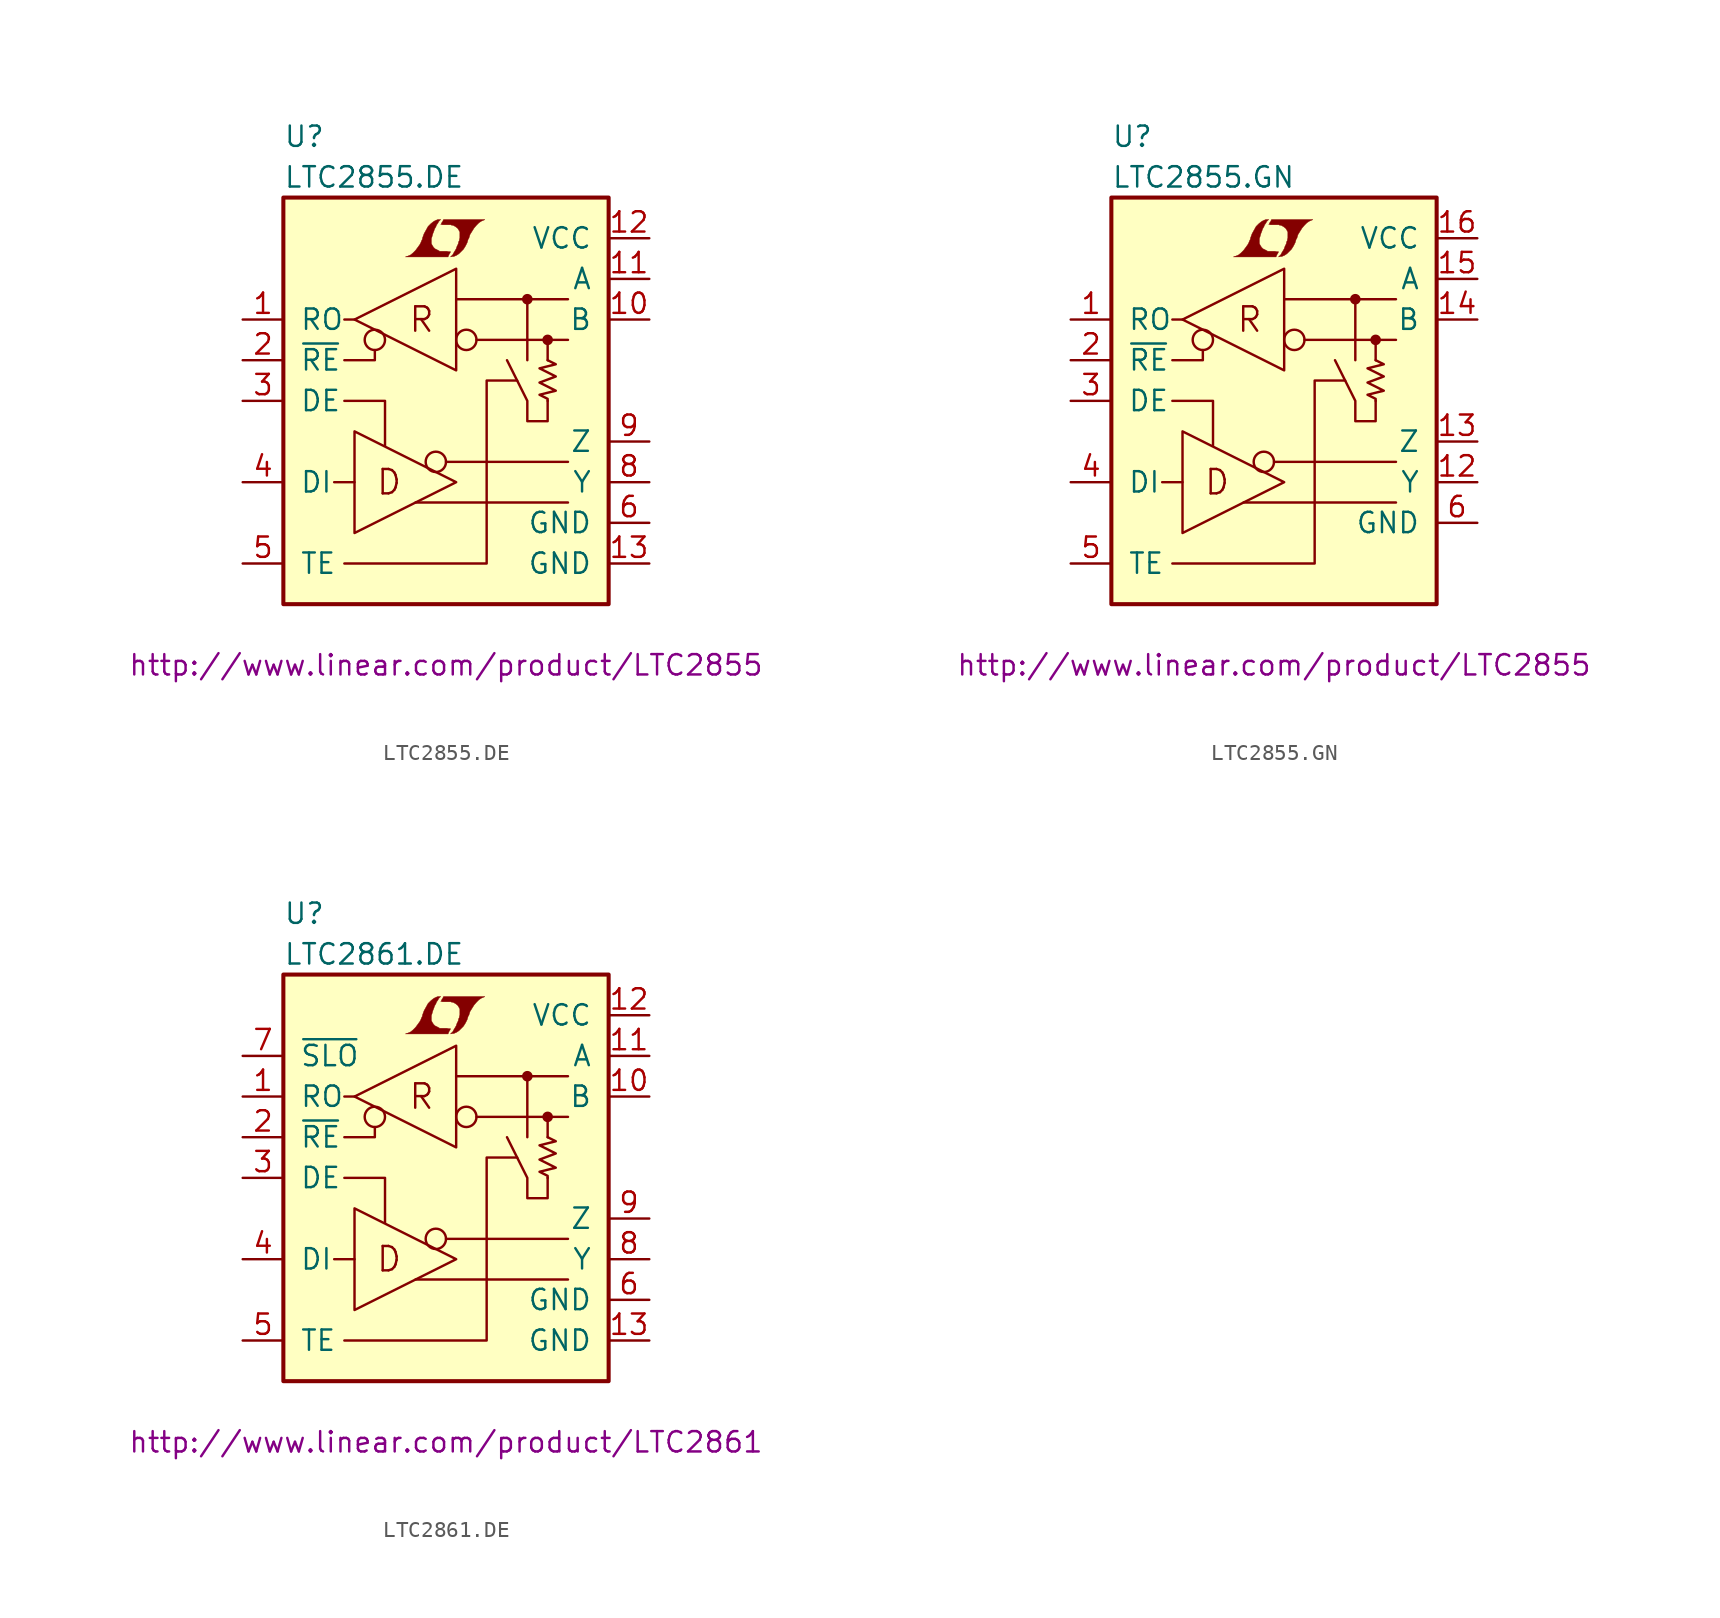
<source format=kicad_sym>
(kicad_symbol_lib
  (version 20201005)
  (generator kicad_symbol_editor)
  (symbol "LTC2855.DE"
    (pin_names
      (offset 1.016))
    (property "Reference" "U"
      (at -10.16 16.51 0)
      (effects (font (size 1.27 1.27)) (justify left)))
    (property "Value" "LTC2855.DE"
      (at -10.16 13.97 0)
      (effects (font (size 1.27 1.27)) (justify left)))
    (property "Datasheet" "http://www.linear.com/product/LTC2855"
      (at 0 -16.51 0)
      (effects (font (size 1.27 1.27))))
    (symbol "LTC2855.DE_0_0"
      (text "D" (at -3.556 -5.08 0) (effects (font (size 1.524 1.524))))
      (text "R" (at -1.524 5.08 0) (effects (font (size 1.524 1.524))))
      (polyline (pts (xy 0.203 9.169) (xy 0.229 9.195) (xy 0.279 9.296) (xy 0.279 9.322) (xy 0.152 9.322) (xy 0.051 9.347) (xy -0.406 9.347) (xy -0.432 9.373) (xy -0.686 9.5) (xy -0.787 9.601) (xy -0.864 9.728) (xy -0.914 9.83) (xy -0.914 10.135) (xy -0.864 10.287) (xy -0.838 10.389) (xy -0.813 10.465) (xy -0.762 10.592) (xy -0.711 10.744) (xy -0.635 10.871) (xy -0.584 10.998) (xy -0.508 11.1) (xy -0.457 11.201) (xy -0.33 11.328) (xy -0.508 11.328) (xy -0.635 11.278) (xy -0.737 11.227) (xy -0.813 11.176) (xy -0.94 11.074) (xy -1.118 10.897) (xy -1.372 10.439) (xy -1.473 10.16) (xy -1.473 10.109) (xy -1.524 10.008) (xy -1.575 9.881) (xy -1.626 9.779) (xy -1.753 9.601) (xy -1.905 9.398) (xy -2.057 9.246) (xy -2.21 9.119) (xy -2.388 9.042) (xy -2.54 8.992) (xy 0.127 8.992) (xy 0.203 9.169)) (stroke (width 0.025)) (fill (type outline)))
      (polyline (pts (xy 0.406 9.017) (xy 0.483 9.017) (xy 0.66 9.093) (xy 0.813 9.195) (xy 1.092 9.474) (xy 1.219 9.677) (xy 1.321 9.881) (xy 1.397 10.135) (xy 1.422 10.135) (xy 1.499 10.389) (xy 1.753 10.795) (xy 1.905 10.973) (xy 2.057 11.125) (xy 2.21 11.227) (xy 2.388 11.303) (xy 2.413 11.303) (xy 2.413 11.328) (xy -0.152 11.328) (xy -0.229 11.176) (xy -0.254 11.151) (xy -0.305 11.049) (xy -0.33 11.024) (xy -0.279 11.024) (xy -0.229 10.998) (xy 0.305 10.998) (xy 0.356 10.973) (xy 0.406 10.973) (xy 0.483 10.947) (xy 0.61 10.871) (xy 0.737 10.77) (xy 0.813 10.643) (xy 0.838 10.592) (xy 0.864 10.566) (xy 0.864 10.16) (xy 0.838 10.109) (xy 0.838 10.033) (xy 0.787 9.931) (xy 0.762 9.804) (xy 0.686 9.652) (xy 0.635 9.5) (xy 0.483 9.246) (xy 0.432 9.144) (xy 0.279 8.992) (xy 0.406 9.017)) (stroke (width 0.025)) (fill (type outline))))
    (symbol "LTC2855.DE_0_1"
      (circle (center -4.445 3.81) (radius 0.635) (stroke (width 0)) (fill (type none)))
      (circle (center -0.635 -3.81) (radius 0.635) (stroke (width 0)) (fill (type none)))
      (circle (center 1.27 3.81) (radius 0.635) (stroke (width 0)) (fill (type none)))
      (circle (center 5.08 6.35) (radius 0.254) (stroke (width 0)) (fill (type outline)))
      (circle (center 6.35 3.81) (radius 0.254) (stroke (width 0)) (fill (type outline)))
      (rectangle (start -10.16 12.7) (end 10.16 -12.7) (stroke (width 0.254)) (fill (type background)))
      (polyline (pts (xy -5.715 5.08) (xy -6.35 5.08)) (stroke (width 0)) (fill (type none)))
      (polyline (pts (xy 0 -3.81) (xy 7.62 -3.81)) (stroke (width 0)) (fill (type none)))
      (polyline (pts (xy 0.635 6.35) (xy 7.62 6.35)) (stroke (width 0)) (fill (type none)))
      (polyline (pts (xy 1.905 3.81) (xy 7.62 3.81)) (stroke (width 0)) (fill (type none)))
      (polyline (pts (xy 5.08 6.35) (xy 5.08 2.54)) (stroke (width 0)) (fill (type none)))
      (polyline (pts (xy 6.35 2.54) (xy 6.35 3.81)) (stroke (width 0)) (fill (type none)))
      (polyline (pts (xy 7.62 -6.35) (xy -1.905 -6.35)) (stroke (width 0)) (fill (type none)))
      (polyline (pts (xy -6.35 0) (xy -3.81 0) (xy -3.81 -2.794)) (stroke (width 0)) (fill (type none)))
      (polyline (pts (xy -5.715 -5.08) (xy -6.35 -5.08) (xy -6.985 -5.08)) (stroke (width 0)) (fill (type none)))
      (polyline (pts (xy -4.445 3.175) (xy -4.445 2.54) (xy -6.35 2.54)) (stroke (width 0)) (fill (type none)))
      (polyline (pts (xy -5.715 -1.905) (xy -5.715 -8.255) (xy 0.635 -5.08) (xy -5.715 -1.905)) (stroke (width 0)) (fill (type none)))
      (polyline (pts (xy -5.715 5.08) (xy 0.635 1.905) (xy 0.635 8.255) (xy -5.715 5.08)) (stroke (width 0)) (fill (type none)))
      (polyline (pts (xy 4.445 1.27) (xy 2.54 1.27) (xy 2.54 -10.16) (xy -6.35 -10.16)) (stroke (width 0)) (fill (type none)))
      (polyline (pts (xy 6.35 0) (xy 6.35 -1.27) (xy 5.08 -1.27) (xy 5.08 0) (xy 3.81 2.54)) (stroke (width 0)) (fill (type none)))
      (polyline (pts (xy 6.35 2.54) (xy 6.858 2.286) (xy 5.842 2.032) (xy 6.858 1.524) (xy 5.842 1.143) (xy 6.858 0.635) (xy 5.842 0.381) (xy 6.35 0.127) (xy 6.35 0)) (stroke (width 0)) (fill (type none))))
    (symbol "LTC2855.DE_1_1"
      (pin tri_state line (at -12.7 5.08 0) (length 2.54) (name "RO" (effects (font (size 1.27 1.27)))) (number "1" (effects (font (size 1.27 1.27)))))
      (pin passive line (at 12.7 5.08 180) (length 2.54) (name "B" (effects (font (size 1.27 1.27)))) (number "10" (effects (font (size 1.27 1.27)))))
      (pin passive line (at 12.7 7.62 180) (length 2.54) (name "A" (effects (font (size 1.27 1.27)))) (number "11" (effects (font (size 1.27 1.27)))))
      (pin power_in line (at 12.7 10.16 180) (length 2.54) (name "VCC" (effects (font (size 1.27 1.27)))) (number "12" (effects (font (size 1.27 1.27)))))
      (pin power_in line (at 12.7 -10.16 180) (length 2.54) (name "GND" (effects (font (size 1.27 1.27)))) (number "13" (effects (font (size 1.27 1.27)))))
      (pin input line (at -12.7 2.54 0) (length 2.54) (name "~RE~" (effects (font (size 1.27 1.27)))) (number "2" (effects (font (size 1.27 1.27)))))
      (pin input line (at -12.7 0 0) (length 2.54) (name "DE" (effects (font (size 1.27 1.27)))) (number "3" (effects (font (size 1.27 1.27)))))
      (pin passive line (at -12.7 -5.08 0) (length 2.54) (name "DI" (effects (font (size 1.27 1.27)))) (number "4" (effects (font (size 1.27 1.27)))))
      (pin input line (at -12.7 -10.16 0) (length 2.54) (name "TE" (effects (font (size 1.27 1.27)))) (number "5" (effects (font (size 1.27 1.27)))))
      (pin power_in line (at 12.7 -7.62 180) (length 2.54) (name "GND" (effects (font (size 1.27 1.27)))) (number "6" (effects (font (size 1.27 1.27)))))
      (pin unconnected line (at -12.7 7.62 0) (length 2.54) hide (name "NC" (effects (font (size 1.27 1.27)))) (number "7" (effects (font (size 1.27 1.27)))))
      (pin passive line (at 12.7 -5.08 180) (length 2.54) (name "Y" (effects (font (size 1.27 1.27)))) (number "8" (effects (font (size 1.27 1.27)))))
      (pin passive line (at 12.7 -2.54 180) (length 2.54) (name "Z" (effects (font (size 1.27 1.27)))) (number "9" (effects (font (size 1.27 1.27)))))))
  (symbol "LTC2855.GN"
    (pin_names
      (offset 1.016))
    (property "Reference" "U"
      (at -10.16 16.51 0)
      (effects (font (size 1.27 1.27)) (justify left)))
    (property "Value" "LTC2855.GN"
      (at -10.16 13.97 0)
      (effects (font (size 1.27 1.27)) (justify left)))
    (property "Datasheet" "http://www.linear.com/product/LTC2855"
      (at 0 -16.51 0)
      (effects (font (size 1.27 1.27))))
    (symbol "LTC2855.GN_0_0"
      (text "D" (at -3.556 -5.08 0) (effects (font (size 1.524 1.524))))
      (text "R" (at -1.524 5.08 0) (effects (font (size 1.524 1.524))))
      (polyline (pts (xy 0.203 9.169) (xy 0.229 9.195) (xy 0.279 9.296) (xy 0.279 9.322) (xy 0.152 9.322) (xy 0.051 9.347) (xy -0.406 9.347) (xy -0.432 9.373) (xy -0.686 9.5) (xy -0.787 9.601) (xy -0.864 9.728) (xy -0.914 9.83) (xy -0.914 10.135) (xy -0.864 10.287) (xy -0.838 10.389) (xy -0.813 10.465) (xy -0.762 10.592) (xy -0.711 10.744) (xy -0.635 10.871) (xy -0.584 10.998) (xy -0.508 11.1) (xy -0.457 11.201) (xy -0.33 11.328) (xy -0.508 11.328) (xy -0.635 11.278) (xy -0.737 11.227) (xy -0.813 11.176) (xy -0.94 11.074) (xy -1.118 10.897) (xy -1.372 10.439) (xy -1.473 10.16) (xy -1.473 10.109) (xy -1.524 10.008) (xy -1.575 9.881) (xy -1.626 9.779) (xy -1.753 9.601) (xy -1.905 9.398) (xy -2.057 9.246) (xy -2.21 9.119) (xy -2.388 9.042) (xy -2.54 8.992) (xy 0.127 8.992) (xy 0.203 9.169)) (stroke (width 0.025)) (fill (type outline)))
      (polyline (pts (xy 0.406 9.017) (xy 0.483 9.017) (xy 0.66 9.093) (xy 0.813 9.195) (xy 1.092 9.474) (xy 1.219 9.677) (xy 1.321 9.881) (xy 1.397 10.135) (xy 1.422 10.135) (xy 1.499 10.389) (xy 1.753 10.795) (xy 1.905 10.973) (xy 2.057 11.125) (xy 2.21 11.227) (xy 2.388 11.303) (xy 2.413 11.303) (xy 2.413 11.328) (xy -0.152 11.328) (xy -0.229 11.176) (xy -0.254 11.151) (xy -0.305 11.049) (xy -0.33 11.024) (xy -0.279 11.024) (xy -0.229 10.998) (xy 0.305 10.998) (xy 0.356 10.973) (xy 0.406 10.973) (xy 0.483 10.947) (xy 0.61 10.871) (xy 0.737 10.77) (xy 0.813 10.643) (xy 0.838 10.592) (xy 0.864 10.566) (xy 0.864 10.16) (xy 0.838 10.109) (xy 0.838 10.033) (xy 0.787 9.931) (xy 0.762 9.804) (xy 0.686 9.652) (xy 0.635 9.5) (xy 0.483 9.246) (xy 0.432 9.144) (xy 0.279 8.992) (xy 0.406 9.017)) (stroke (width 0.025)) (fill (type outline))))
    (symbol "LTC2855.GN_0_1"
      (circle (center -4.445 3.81) (radius 0.635) (stroke (width 0)) (fill (type none)))
      (circle (center -0.635 -3.81) (radius 0.635) (stroke (width 0)) (fill (type none)))
      (circle (center 1.27 3.81) (radius 0.635) (stroke (width 0)) (fill (type none)))
      (circle (center 5.08 6.35) (radius 0.254) (stroke (width 0)) (fill (type outline)))
      (circle (center 6.35 3.81) (radius 0.254) (stroke (width 0)) (fill (type outline)))
      (rectangle (start -10.16 12.7) (end 10.16 -12.7) (stroke (width 0.254)) (fill (type background)))
      (polyline (pts (xy -5.715 5.08) (xy -6.35 5.08)) (stroke (width 0)) (fill (type none)))
      (polyline (pts (xy 0 -3.81) (xy 7.62 -3.81)) (stroke (width 0)) (fill (type none)))
      (polyline (pts (xy 0.635 6.35) (xy 7.62 6.35)) (stroke (width 0)) (fill (type none)))
      (polyline (pts (xy 1.905 3.81) (xy 7.62 3.81)) (stroke (width 0)) (fill (type none)))
      (polyline (pts (xy 5.08 6.35) (xy 5.08 2.54)) (stroke (width 0)) (fill (type none)))
      (polyline (pts (xy 6.35 2.54) (xy 6.35 3.81)) (stroke (width 0)) (fill (type none)))
      (polyline (pts (xy 7.62 -6.35) (xy -1.905 -6.35)) (stroke (width 0)) (fill (type none)))
      (polyline (pts (xy -6.35 0) (xy -3.81 0) (xy -3.81 -2.794)) (stroke (width 0)) (fill (type none)))
      (polyline (pts (xy -5.715 -5.08) (xy -6.35 -5.08) (xy -6.985 -5.08)) (stroke (width 0)) (fill (type none)))
      (polyline (pts (xy -4.445 3.175) (xy -4.445 2.54) (xy -6.35 2.54)) (stroke (width 0)) (fill (type none)))
      (polyline (pts (xy -5.715 -1.905) (xy -5.715 -8.255) (xy 0.635 -5.08) (xy -5.715 -1.905)) (stroke (width 0)) (fill (type none)))
      (polyline (pts (xy -5.715 5.08) (xy 0.635 1.905) (xy 0.635 8.255) (xy -5.715 5.08)) (stroke (width 0)) (fill (type none)))
      (polyline (pts (xy 4.445 1.27) (xy 2.54 1.27) (xy 2.54 -10.16) (xy -6.35 -10.16)) (stroke (width 0)) (fill (type none)))
      (polyline (pts (xy 6.35 0) (xy 6.35 -1.27) (xy 5.08 -1.27) (xy 5.08 0) (xy 3.81 2.54)) (stroke (width 0)) (fill (type none)))
      (polyline (pts (xy 6.35 2.54) (xy 6.858 2.286) (xy 5.842 2.032) (xy 6.858 1.524) (xy 5.842 1.143) (xy 6.858 0.635) (xy 5.842 0.381) (xy 6.35 0.127) (xy 6.35 0)) (stroke (width 0)) (fill (type none))))
    (symbol "LTC2855.GN_1_1"
      (pin tri_state line (at -12.7 5.08 0) (length 2.54) (name "RO" (effects (font (size 1.27 1.27)))) (number "1" (effects (font (size 1.27 1.27)))))
      (pin unconnected line (at 12.7 2.54 180) (length 2.54) hide (name "NC" (effects (font (size 1.27 1.27)))) (number "10" (effects (font (size 1.27 1.27)))))
      (pin unconnected line (at -12.7 7.62 0) (length 2.54) hide (name "NC" (effects (font (size 1.27 1.27)))) (number "11" (effects (font (size 1.27 1.27)))))
      (pin passive line (at 12.7 -5.08 180) (length 2.54) (name "Y" (effects (font (size 1.27 1.27)))) (number "12" (effects (font (size 1.27 1.27)))))
      (pin passive line (at 12.7 -2.54 180) (length 2.54) (name "Z" (effects (font (size 1.27 1.27)))) (number "13" (effects (font (size 1.27 1.27)))))
      (pin passive line (at 12.7 5.08 180) (length 2.54) (name "B" (effects (font (size 1.27 1.27)))) (number "14" (effects (font (size 1.27 1.27)))))
      (pin passive line (at 12.7 7.62 180) (length 2.54) (name "A" (effects (font (size 1.27 1.27)))) (number "15" (effects (font (size 1.27 1.27)))))
      (pin power_in line (at 12.7 10.16 180) (length 2.54) (name "VCC" (effects (font (size 1.27 1.27)))) (number "16" (effects (font (size 1.27 1.27)))))
      (pin input line (at -12.7 2.54 0) (length 2.54) (name "~RE~" (effects (font (size 1.27 1.27)))) (number "2" (effects (font (size 1.27 1.27)))))
      (pin input line (at -12.7 0 0) (length 2.54) (name "DE" (effects (font (size 1.27 1.27)))) (number "3" (effects (font (size 1.27 1.27)))))
      (pin passive line (at -12.7 -5.08 0) (length 2.54) (name "DI" (effects (font (size 1.27 1.27)))) (number "4" (effects (font (size 1.27 1.27)))))
      (pin input line (at -12.7 -10.16 0) (length 2.54) (name "TE" (effects (font (size 1.27 1.27)))) (number "5" (effects (font (size 1.27 1.27)))))
      (pin power_in line (at 12.7 -7.62 180) (length 2.54) (name "GND" (effects (font (size 1.27 1.27)))) (number "6" (effects (font (size 1.27 1.27)))))
      (pin unconnected line (at -12.7 10.16 0) (length 2.54) hide (name "NC" (effects (font (size 1.27 1.27)))) (number "7" (effects (font (size 1.27 1.27)))))
      (pin unconnected line (at 12.7 -10.16 180) (length 2.54) hide (name "NC" (effects (font (size 1.27 1.27)))) (number "8" (effects (font (size 1.27 1.27)))))
      (pin unconnected line (at 12.7 0 180) (length 2.54) hide (name "NC" (effects (font (size 1.27 1.27)))) (number "9" (effects (font (size 1.27 1.27)))))))
  (symbol "LTC2861.DE"
    (pin_names
      (offset 1.016))
    (property "Reference" "U"
      (at -10.16 16.51 0)
      (effects (font (size 1.27 1.27)) (justify left)))
    (property "Value" "LTC2861.DE"
      (at -10.16 13.97 0)
      (effects (font (size 1.27 1.27)) (justify left)))
    (property "Datasheet" "http://www.linear.com/product/LTC2861"
      (at 0 -16.51 0)
      (effects (font (size 1.27 1.27))))
    (symbol "LTC2861.DE_0_0"
      (text "D" (at -3.556 -5.08 0) (effects (font (size 1.524 1.524))))
      (text "R" (at -1.524 5.08 0) (effects (font (size 1.524 1.524))))
      (polyline (pts (xy 0.203 9.169) (xy 0.229 9.195) (xy 0.279 9.296) (xy 0.279 9.322) (xy 0.152 9.322) (xy 0.051 9.347) (xy -0.406 9.347) (xy -0.432 9.373) (xy -0.686 9.5) (xy -0.787 9.601) (xy -0.864 9.728) (xy -0.914 9.83) (xy -0.914 10.135) (xy -0.864 10.287) (xy -0.838 10.389) (xy -0.813 10.465) (xy -0.762 10.592) (xy -0.711 10.744) (xy -0.635 10.871) (xy -0.584 10.998) (xy -0.508 11.1) (xy -0.457 11.201) (xy -0.33 11.328) (xy -0.508 11.328) (xy -0.635 11.278) (xy -0.737 11.227) (xy -0.813 11.176) (xy -0.94 11.074) (xy -1.118 10.897) (xy -1.372 10.439) (xy -1.473 10.16) (xy -1.473 10.109) (xy -1.524 10.008) (xy -1.575 9.881) (xy -1.626 9.779) (xy -1.753 9.601) (xy -1.905 9.398) (xy -2.057 9.246) (xy -2.21 9.119) (xy -2.388 9.042) (xy -2.54 8.992) (xy 0.127 8.992) (xy 0.203 9.169)) (stroke (width 0.025)) (fill (type outline)))
      (polyline (pts (xy 0.406 9.017) (xy 0.483 9.017) (xy 0.66 9.093) (xy 0.813 9.195) (xy 1.092 9.474) (xy 1.219 9.677) (xy 1.321 9.881) (xy 1.397 10.135) (xy 1.422 10.135) (xy 1.499 10.389) (xy 1.753 10.795) (xy 1.905 10.973) (xy 2.057 11.125) (xy 2.21 11.227) (xy 2.388 11.303) (xy 2.413 11.303) (xy 2.413 11.328) (xy -0.152 11.328) (xy -0.229 11.176) (xy -0.254 11.151) (xy -0.305 11.049) (xy -0.33 11.024) (xy -0.279 11.024) (xy -0.229 10.998) (xy 0.305 10.998) (xy 0.356 10.973) (xy 0.406 10.973) (xy 0.483 10.947) (xy 0.61 10.871) (xy 0.737 10.77) (xy 0.813 10.643) (xy 0.838 10.592) (xy 0.864 10.566) (xy 0.864 10.16) (xy 0.838 10.109) (xy 0.838 10.033) (xy 0.787 9.931) (xy 0.762 9.804) (xy 0.686 9.652) (xy 0.635 9.5) (xy 0.483 9.246) (xy 0.432 9.144) (xy 0.279 8.992) (xy 0.406 9.017)) (stroke (width 0.025)) (fill (type outline))))
    (symbol "LTC2861.DE_0_1"
      (circle (center -4.445 3.81) (radius 0.635) (stroke (width 0)) (fill (type none)))
      (circle (center -0.635 -3.81) (radius 0.635) (stroke (width 0)) (fill (type none)))
      (circle (center 1.27 3.81) (radius 0.635) (stroke (width 0)) (fill (type none)))
      (circle (center 5.08 6.35) (radius 0.254) (stroke (width 0)) (fill (type outline)))
      (circle (center 6.35 3.81) (radius 0.254) (stroke (width 0)) (fill (type outline)))
      (rectangle (start -10.16 12.7) (end 10.16 -12.7) (stroke (width 0.254)) (fill (type background)))
      (polyline (pts (xy -5.715 5.08) (xy -6.35 5.08)) (stroke (width 0)) (fill (type none)))
      (polyline (pts (xy 0 -3.81) (xy 7.62 -3.81)) (stroke (width 0)) (fill (type none)))
      (polyline (pts (xy 0.635 6.35) (xy 7.62 6.35)) (stroke (width 0)) (fill (type none)))
      (polyline (pts (xy 1.905 3.81) (xy 7.62 3.81)) (stroke (width 0)) (fill (type none)))
      (polyline (pts (xy 5.08 6.35) (xy 5.08 2.54)) (stroke (width 0)) (fill (type none)))
      (polyline (pts (xy 6.35 2.54) (xy 6.35 3.81)) (stroke (width 0)) (fill (type none)))
      (polyline (pts (xy 7.62 -6.35) (xy -1.905 -6.35)) (stroke (width 0)) (fill (type none)))
      (polyline (pts (xy -6.35 0) (xy -3.81 0) (xy -3.81 -2.794)) (stroke (width 0)) (fill (type none)))
      (polyline (pts (xy -5.715 -5.08) (xy -6.35 -5.08) (xy -6.985 -5.08)) (stroke (width 0)) (fill (type none)))
      (polyline (pts (xy -4.445 3.175) (xy -4.445 2.54) (xy -6.35 2.54)) (stroke (width 0)) (fill (type none)))
      (polyline (pts (xy -5.715 -1.905) (xy -5.715 -8.255) (xy 0.635 -5.08) (xy -5.715 -1.905)) (stroke (width 0)) (fill (type none)))
      (polyline (pts (xy -5.715 5.08) (xy 0.635 1.905) (xy 0.635 8.255) (xy -5.715 5.08)) (stroke (width 0)) (fill (type none)))
      (polyline (pts (xy 4.445 1.27) (xy 2.54 1.27) (xy 2.54 -10.16) (xy -6.35 -10.16)) (stroke (width 0)) (fill (type none)))
      (polyline (pts (xy 6.35 0) (xy 6.35 -1.27) (xy 5.08 -1.27) (xy 5.08 0) (xy 3.81 2.54)) (stroke (width 0)) (fill (type none)))
      (polyline (pts (xy 6.35 2.54) (xy 6.858 2.286) (xy 5.842 2.032) (xy 6.858 1.524) (xy 5.842 1.143) (xy 6.858 0.635) (xy 5.842 0.381) (xy 6.35 0.127) (xy 6.35 0)) (stroke (width 0)) (fill (type none))))
    (symbol "LTC2861.DE_1_1"
      (pin tri_state line (at -12.7 5.08 0) (length 2.54) (name "RO" (effects (font (size 1.27 1.27)))) (number "1" (effects (font (size 1.27 1.27)))))
      (pin passive line (at 12.7 5.08 180) (length 2.54) (name "B" (effects (font (size 1.27 1.27)))) (number "10" (effects (font (size 1.27 1.27)))))
      (pin passive line (at 12.7 7.62 180) (length 2.54) (name "A" (effects (font (size 1.27 1.27)))) (number "11" (effects (font (size 1.27 1.27)))))
      (pin power_in line (at 12.7 10.16 180) (length 2.54) (name "VCC" (effects (font (size 1.27 1.27)))) (number "12" (effects (font (size 1.27 1.27)))))
      (pin power_in line (at 12.7 -10.16 180) (length 2.54) (name "GND" (effects (font (size 1.27 1.27)))) (number "13" (effects (font (size 1.27 1.27)))))
      (pin input line (at -12.7 2.54 0) (length 2.54) (name "~RE~" (effects (font (size 1.27 1.27)))) (number "2" (effects (font (size 1.27 1.27)))))
      (pin input line (at -12.7 0 0) (length 2.54) (name "DE" (effects (font (size 1.27 1.27)))) (number "3" (effects (font (size 1.27 1.27)))))
      (pin passive line (at -12.7 -5.08 0) (length 2.54) (name "DI" (effects (font (size 1.27 1.27)))) (number "4" (effects (font (size 1.27 1.27)))))
      (pin input line (at -12.7 -10.16 0) (length 2.54) (name "TE" (effects (font (size 1.27 1.27)))) (number "5" (effects (font (size 1.27 1.27)))))
      (pin power_in line (at 12.7 -7.62 180) (length 2.54) (name "GND" (effects (font (size 1.27 1.27)))) (number "6" (effects (font (size 1.27 1.27)))))
      (pin input line (at -12.7 7.62 0) (length 2.54) (name "~SLO~" (effects (font (size 1.27 1.27)))) (number "7" (effects (font (size 1.27 1.27)))))
      (pin passive line (at 12.7 -5.08 180) (length 2.54) (name "Y" (effects (font (size 1.27 1.27)))) (number "8" (effects (font (size 1.27 1.27)))))
      (pin passive line (at 12.7 -2.54 180) (length 2.54) (name "Z" (effects (font (size 1.27 1.27)))) (number "9" (effects (font (size 1.27 1.27))))))))
</source>
